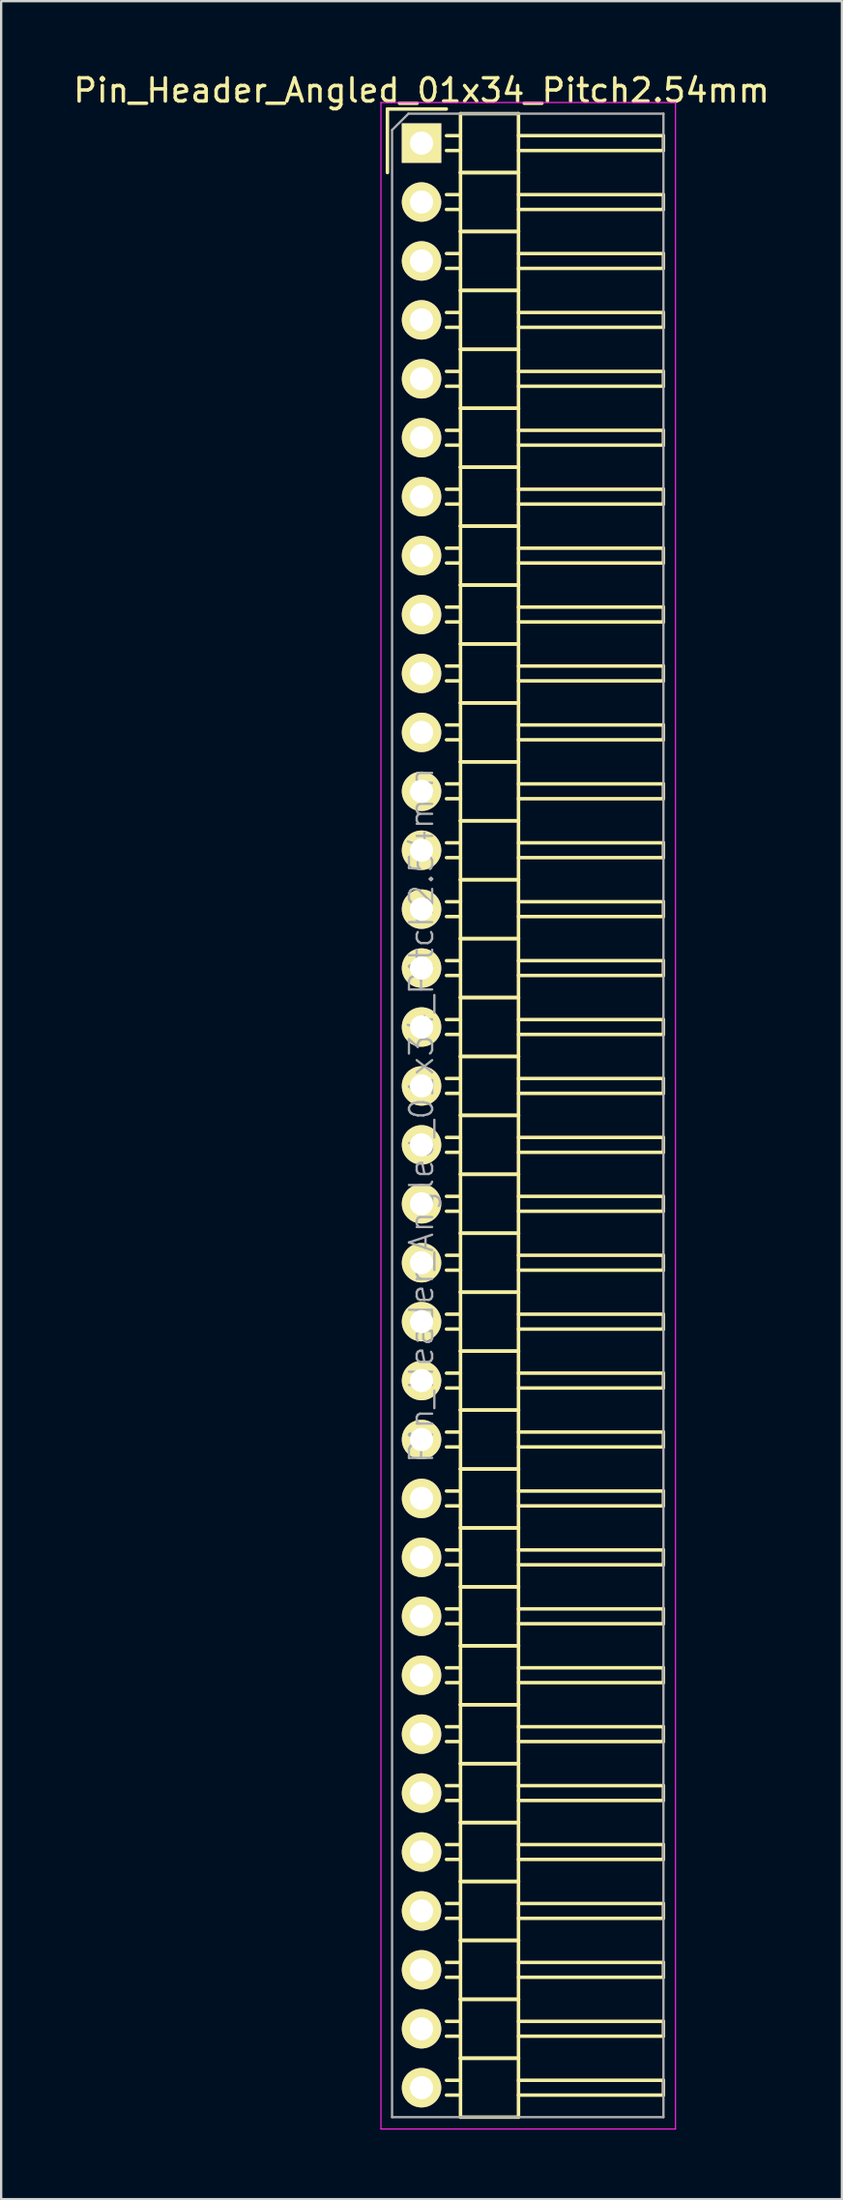
<source format=kicad_pcb>
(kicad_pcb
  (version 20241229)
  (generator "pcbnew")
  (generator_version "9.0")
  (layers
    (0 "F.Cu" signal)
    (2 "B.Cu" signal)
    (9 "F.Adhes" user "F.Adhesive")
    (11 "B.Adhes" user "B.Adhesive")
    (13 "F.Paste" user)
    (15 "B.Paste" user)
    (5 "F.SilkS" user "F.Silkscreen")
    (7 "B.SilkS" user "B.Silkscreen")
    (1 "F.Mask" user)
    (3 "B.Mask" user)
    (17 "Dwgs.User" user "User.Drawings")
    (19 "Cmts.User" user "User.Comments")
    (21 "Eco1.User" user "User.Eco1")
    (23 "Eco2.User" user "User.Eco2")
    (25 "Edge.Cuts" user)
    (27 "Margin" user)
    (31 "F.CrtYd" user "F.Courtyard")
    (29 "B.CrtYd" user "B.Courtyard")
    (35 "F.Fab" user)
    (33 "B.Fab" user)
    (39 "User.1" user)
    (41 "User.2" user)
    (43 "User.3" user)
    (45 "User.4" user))
  (footprint "Pin_Header_Angled_01x34_Pitch2.54mm"
    (layer "F.Cu")
    (at 15.125 3.118)
    (property "Reference" "Pin_Header_Angled_01x34_Pitch2.54mm" (at 0 -2.27 0) (layer "F.SilkS") (effects (font (size 1 1) (thickness 0.15))))
    (attr smd)
    (fp_line (start -1.47 -1.47) (end -1.47 1.27) (stroke (width 0.15) (type solid)) (layer "F.SilkS"))
    (fp_line (start -1.47 -1.47) (end 1.07 -1.47) (stroke (width 0.15) (type solid)) (layer "F.SilkS"))
    (fp_line (start 1.68 -0.32) (end 1.075 -0.32) (stroke (width 0.15) (type solid)) (layer "F.SilkS"))
    (fp_line (start 1.68 0.32) (end 1.075 0.32) (stroke (width 0.15) (type solid)) (layer "F.SilkS"))
    (fp_line (start 1.68 1.27) (end 1.68 -1.27) (stroke (width 0.15) (type solid)) (layer "F.SilkS"))
    (fp_line (start 1.68 2.22) (end 1.075 2.22) (stroke (width 0.15) (type solid)) (layer "F.SilkS"))
    (fp_line (start 1.68 2.86) (end 1.075 2.86) (stroke (width 0.15) (type solid)) (layer "F.SilkS"))
    (fp_line (start 1.68 3.81) (end 1.68 1.27) (stroke (width 0.15) (type solid)) (layer "F.SilkS"))
    (fp_line (start 1.68 4.76) (end 1.075 4.76) (stroke (width 0.15) (type solid)) (layer "F.SilkS"))
    (fp_line (start 1.68 5.4) (end 1.075 5.4) (stroke (width 0.15) (type solid)) (layer "F.SilkS"))
    (fp_line (start 1.68 6.35) (end 1.68 3.81) (stroke (width 0.15) (type solid)) (layer "F.SilkS"))
    (fp_line (start 1.68 7.3) (end 1.075 7.3) (stroke (width 0.15) (type solid)) (layer "F.SilkS"))
    (fp_line (start 1.68 7.94) (end 1.075 7.94) (stroke (width 0.15) (type solid)) (layer "F.SilkS"))
    (fp_line (start 1.68 8.89) (end 1.68 6.35) (stroke (width 0.15) (type solid)) (layer "F.SilkS"))
    (fp_line (start 1.68 9.84) (end 1.075 9.84) (stroke (width 0.15) (type solid)) (layer "F.SilkS"))
    (fp_line (start 1.68 10.48) (end 1.075 10.48) (stroke (width 0.15) (type solid)) (layer "F.SilkS"))
    (fp_line (start 1.68 11.43) (end 1.68 8.89) (stroke (width 0.15) (type solid)) (layer "F.SilkS"))
    (fp_line (start 1.68 12.38) (end 1.075 12.38) (stroke (width 0.15) (type solid)) (layer "F.SilkS"))
    (fp_line (start 1.68 13.02) (end 1.075 13.02) (stroke (width 0.15) (type solid)) (layer "F.SilkS"))
    (fp_line (start 1.68 13.97) (end 1.68 11.43) (stroke (width 0.15) (type solid)) (layer "F.SilkS"))
    (fp_line (start 1.68 14.92) (end 1.075 14.92) (stroke (width 0.15) (type solid)) (layer "F.SilkS"))
    (fp_line (start 1.68 15.56) (end 1.075 15.56) (stroke (width 0.15) (type solid)) (layer "F.SilkS"))
    (fp_line (start 1.68 16.51) (end 1.68 13.97) (stroke (width 0.15) (type solid)) (layer "F.SilkS"))
    (fp_line (start 1.68 17.46) (end 1.075 17.46) (stroke (width 0.15) (type solid)) (layer "F.SilkS"))
    (fp_line (start 1.68 18.1) (end 1.075 18.1) (stroke (width 0.15) (type solid)) (layer "F.SilkS"))
    (fp_line (start 1.68 19.05) (end 1.68 16.51) (stroke (width 0.15) (type solid)) (layer "F.SilkS"))
    (fp_line (start 1.68 20) (end 1.075 20) (stroke (width 0.15) (type solid)) (layer "F.SilkS"))
    (fp_line (start 1.68 20.64) (end 1.075 20.64) (stroke (width 0.15) (type solid)) (layer "F.SilkS"))
    (fp_line (start 1.68 21.59) (end 1.68 19.05) (stroke (width 0.15) (type solid)) (layer "F.SilkS"))
    (fp_line (start 1.68 22.54) (end 1.075 22.54) (stroke (width 0.15) (type solid)) (layer "F.SilkS"))
    (fp_line (start 1.68 23.18) (end 1.075 23.18) (stroke (width 0.15) (type solid)) (layer "F.SilkS"))
    (fp_line (start 1.68 24.13) (end 1.68 21.59) (stroke (width 0.15) (type solid)) (layer "F.SilkS"))
    (fp_line (start 1.68 25.08) (end 1.075 25.08) (stroke (width 0.15) (type solid)) (layer "F.SilkS"))
    (fp_line (start 1.68 25.72) (end 1.075 25.72) (stroke (width 0.15) (type solid)) (layer "F.SilkS"))
    (fp_line (start 1.68 26.67) (end 1.68 24.13) (stroke (width 0.15) (type solid)) (layer "F.SilkS"))
    (fp_line (start 1.68 27.62) (end 1.075 27.62) (stroke (width 0.15) (type solid)) (layer "F.SilkS"))
    (fp_line (start 1.68 28.26) (end 1.075 28.26) (stroke (width 0.15) (type solid)) (layer "F.SilkS"))
    (fp_line (start 1.68 29.21) (end 1.68 26.67) (stroke (width 0.15) (type solid)) (layer "F.SilkS"))
    (fp_line (start 1.68 30.16) (end 1.075 30.16) (stroke (width 0.15) (type solid)) (layer "F.SilkS"))
    (fp_line (start 1.68 30.8) (end 1.075 30.8) (stroke (width 0.15) (type solid)) (layer "F.SilkS"))
    (fp_line (start 1.68 31.75) (end 1.68 29.21) (stroke (width 0.15) (type solid)) (layer "F.SilkS"))
    (fp_line (start 1.68 32.7) (end 1.075 32.7) (stroke (width 0.15) (type solid)) (layer "F.SilkS"))
    (fp_line (start 1.68 33.34) (end 1.075 33.34) (stroke (width 0.15) (type solid)) (layer "F.SilkS"))
    (fp_line (start 1.68 34.29) (end 1.68 31.75) (stroke (width 0.15) (type solid)) (layer "F.SilkS"))
    (fp_line (start 1.68 35.24) (end 1.075 35.24) (stroke (width 0.15) (type solid)) (layer "F.SilkS"))
    (fp_line (start 1.68 35.88) (end 1.075 35.88) (stroke (width 0.15) (type solid)) (layer "F.SilkS"))
    (fp_line (start 1.68 36.83) (end 1.68 34.29) (stroke (width 0.15) (type solid)) (layer "F.SilkS"))
    (fp_line (start 1.68 37.78) (end 1.075 37.78) (stroke (width 0.15) (type solid)) (layer "F.SilkS"))
    (fp_line (start 1.68 38.42) (end 1.075 38.42) (stroke (width 0.15) (type solid)) (layer "F.SilkS"))
    (fp_line (start 1.68 39.37) (end 1.68 36.83) (stroke (width 0.15) (type solid)) (layer "F.SilkS"))
    (fp_line (start 1.68 40.32) (end 1.075 40.32) (stroke (width 0.15) (type solid)) (layer "F.SilkS"))
    (fp_line (start 1.68 40.96) (end 1.075 40.96) (stroke (width 0.15) (type solid)) (layer "F.SilkS"))
    (fp_line (start 1.68 41.91) (end 1.68 39.37) (stroke (width 0.15) (type solid)) (layer "F.SilkS"))
    (fp_line (start 1.68 42.86) (end 1.075 42.86) (stroke (width 0.15) (type solid)) (layer "F.SilkS"))
    (fp_line (start 1.68 43.5) (end 1.075 43.5) (stroke (width 0.15) (type solid)) (layer "F.SilkS"))
    (fp_line (start 1.68 44.45) (end 1.68 41.91) (stroke (width 0.15) (type solid)) (layer "F.SilkS"))
    (fp_line (start 1.68 45.4) (end 1.075 45.4) (stroke (width 0.15) (type solid)) (layer "F.SilkS"))
    (fp_line (start 1.68 46.04) (end 1.075 46.04) (stroke (width 0.15) (type solid)) (layer "F.SilkS"))
    (fp_line (start 1.68 46.99) (end 1.68 44.45) (stroke (width 0.15) (type solid)) (layer "F.SilkS"))
    (fp_line (start 1.68 47.94) (end 1.075 47.94) (stroke (width 0.15) (type solid)) (layer "F.SilkS"))
    (fp_line (start 1.68 48.58) (end 1.075 48.58) (stroke (width 0.15) (type solid)) (layer "F.SilkS"))
    (fp_line (start 1.68 49.53) (end 1.68 46.99) (stroke (width 0.15) (type solid)) (layer "F.SilkS"))
    (fp_line (start 1.68 50.48) (end 1.075 50.48) (stroke (width 0.15) (type solid)) (layer "F.SilkS"))
    (fp_line (start 1.68 51.12) (end 1.075 51.12) (stroke (width 0.15) (type solid)) (layer "F.SilkS"))
    (fp_line (start 1.68 52.07) (end 1.68 49.53) (stroke (width 0.15) (type solid)) (layer "F.SilkS"))
    (fp_line (start 1.68 53.02) (end 1.075 53.02) (stroke (width 0.15) (type solid)) (layer "F.SilkS"))
    (fp_line (start 1.68 53.66) (end 1.075 53.66) (stroke (width 0.15) (type solid)) (layer "F.SilkS"))
    (fp_line (start 1.68 54.61) (end 1.68 52.07) (stroke (width 0.15) (type solid)) (layer "F.SilkS"))
    (fp_line (start 1.68 55.56) (end 1.075 55.56) (stroke (width 0.15) (type solid)) (layer "F.SilkS"))
    (fp_line (start 1.68 56.2) (end 1.075 56.2) (stroke (width 0.15) (type solid)) (layer "F.SilkS"))
    (fp_line (start 1.68 57.15) (end 1.68 54.61) (stroke (width 0.15) (type solid)) (layer "F.SilkS"))
    (fp_line (start 1.68 58.1) (end 1.075 58.1) (stroke (width 0.15) (type solid)) (layer "F.SilkS"))
    (fp_line (start 1.68 58.74) (end 1.075 58.74) (stroke (width 0.15) (type solid)) (layer "F.SilkS"))
    (fp_line (start 1.68 59.69) (end 1.68 57.15) (stroke (width 0.15) (type solid)) (layer "F.SilkS"))
    (fp_line (start 1.68 60.64) (end 1.075 60.64) (stroke (width 0.15) (type solid)) (layer "F.SilkS"))
    (fp_line (start 1.68 61.28) (end 1.075 61.28) (stroke (width 0.15) (type solid)) (layer "F.SilkS"))
    (fp_line (start 1.68 62.23) (end 1.68 59.69) (stroke (width 0.15) (type solid)) (layer "F.SilkS"))
    (fp_line (start 1.68 63.18) (end 1.075 63.18) (stroke (width 0.15) (type solid)) (layer "F.SilkS"))
    (fp_line (start 1.68 63.82) (end 1.075 63.82) (stroke (width 0.15) (type solid)) (layer "F.SilkS"))
    (fp_line (start 1.68 64.77) (end 1.68 62.23) (stroke (width 0.15) (type solid)) (layer "F.SilkS"))
    (fp_line (start 1.68 65.72) (end 1.075 65.72) (stroke (width 0.15) (type solid)) (layer "F.SilkS"))
    (fp_line (start 1.68 66.36) (end 1.075 66.36) (stroke (width 0.15) (type solid)) (layer "F.SilkS"))
    (fp_line (start 1.68 67.31) (end 1.68 64.77) (stroke (width 0.15) (type solid)) (layer "F.SilkS"))
    (fp_line (start 1.68 68.26) (end 1.075 68.26) (stroke (width 0.15) (type solid)) (layer "F.SilkS"))
    (fp_line (start 1.68 68.9) (end 1.075 68.9) (stroke (width 0.15) (type solid)) (layer "F.SilkS"))
    (fp_line (start 1.68 69.85) (end 1.68 67.31) (stroke (width 0.15) (type solid)) (layer "F.SilkS"))
    (fp_line (start 1.68 70.8) (end 1.075 70.8) (stroke (width 0.15) (type solid)) (layer "F.SilkS"))
    (fp_line (start 1.68 71.44) (end 1.075 71.44) (stroke (width 0.15) (type solid)) (layer "F.SilkS"))
    (fp_line (start 1.68 72.39) (end 1.68 69.85) (stroke (width 0.15) (type solid)) (layer "F.SilkS"))
    (fp_line (start 1.68 73.34) (end 1.075 73.34) (stroke (width 0.15) (type solid)) (layer "F.SilkS"))
    (fp_line (start 1.68 73.98) (end 1.075 73.98) (stroke (width 0.15) (type solid)) (layer "F.SilkS"))
    (fp_line (start 1.68 74.93) (end 1.68 72.39) (stroke (width 0.15) (type solid)) (layer "F.SilkS"))
    (fp_line (start 1.68 75.88) (end 1.075 75.88) (stroke (width 0.15) (type solid)) (layer "F.SilkS"))
    (fp_line (start 1.68 76.52) (end 1.075 76.52) (stroke (width 0.15) (type solid)) (layer "F.SilkS"))
    (fp_line (start 1.68 77.47) (end 1.68 74.93) (stroke (width 0.15) (type solid)) (layer "F.SilkS"))
    (fp_line (start 1.68 78.42) (end 1.075 78.42) (stroke (width 0.15) (type solid)) (layer "F.SilkS"))
    (fp_line (start 1.68 79.06) (end 1.075 79.06) (stroke (width 0.15) (type solid)) (layer "F.SilkS"))
    (fp_line (start 1.68 80.01) (end 1.68 77.47) (stroke (width 0.15) (type solid)) (layer "F.SilkS"))
    (fp_line (start 1.68 80.96) (end 1.075 80.96) (stroke (width 0.15) (type solid)) (layer "F.SilkS"))
    (fp_line (start 1.68 81.6) (end 1.075 81.6) (stroke (width 0.15) (type solid)) (layer "F.SilkS"))
    (fp_line (start 1.68 82.55) (end 1.68 80.01) (stroke (width 0.15) (type solid)) (layer "F.SilkS"))
    (fp_line (start 1.68 83.5) (end 1.075 83.5) (stroke (width 0.15) (type solid)) (layer "F.SilkS"))
    (fp_line (start 1.68 84.14) (end 1.075 84.14) (stroke (width 0.15) (type solid)) (layer "F.SilkS"))
    (fp_line (start 1.68 85.09) (end 1.68 82.55) (stroke (width 0.15) (type solid)) (layer "F.SilkS"))
    (fp_line (start 4.18 -1.27) (end 1.68 -1.27) (stroke (width 0.15) (type solid)) (layer "F.SilkS"))
    (fp_line (start 4.18 -0.32) (end 10.43 -0.32) (stroke (width 0.15) (type solid)) (layer "F.SilkS"))
    (fp_line (start 4.18 0.32) (end 10.43 0.32) (stroke (width 0.15) (type solid)) (layer "F.SilkS"))
    (fp_line (start 4.18 1.27) (end 1.68 1.27) (stroke (width 0.15) (type solid)) (layer "F.SilkS"))
    (fp_line (start 4.18 1.27) (end 1.68 1.27) (stroke (width 0.15) (type solid)) (layer "F.SilkS"))
    (fp_line (start 4.18 1.27) (end 4.18 -1.27) (stroke (width 0.15) (type solid)) (layer "F.SilkS"))
    (fp_line (start 4.18 2.22) (end 10.43 2.22) (stroke (width 0.15) (type solid)) (layer "F.SilkS"))
    (fp_line (start 4.18 2.86) (end 10.43 2.86) (stroke (width 0.15) (type solid)) (layer "F.SilkS"))
    (fp_line (start 4.18 3.81) (end 1.68 3.81) (stroke (width 0.15) (type solid)) (layer "F.SilkS"))
    (fp_line (start 4.18 3.81) (end 1.68 3.81) (stroke (width 0.15) (type solid)) (layer "F.SilkS"))
    (fp_line (start 4.18 3.81) (end 4.18 1.27) (stroke (width 0.15) (type solid)) (layer "F.SilkS"))
    (fp_line (start 4.18 4.76) (end 10.43 4.76) (stroke (width 0.15) (type solid)) (layer "F.SilkS"))
    (fp_line (start 4.18 5.4) (end 10.43 5.4) (stroke (width 0.15) (type solid)) (layer "F.SilkS"))
    (fp_line (start 4.18 6.35) (end 1.68 6.35) (stroke (width 0.15) (type solid)) (layer "F.SilkS"))
    (fp_line (start 4.18 6.35) (end 1.68 6.35) (stroke (width 0.15) (type solid)) (layer "F.SilkS"))
    (fp_line (start 4.18 6.35) (end 4.18 3.81) (stroke (width 0.15) (type solid)) (layer "F.SilkS"))
    (fp_line (start 4.18 7.3) (end 10.43 7.3) (stroke (width 0.15) (type solid)) (layer "F.SilkS"))
    (fp_line (start 4.18 7.94) (end 10.43 7.94) (stroke (width 0.15) (type solid)) (layer "F.SilkS"))
    (fp_line (start 4.18 8.89) (end 1.68 8.89) (stroke (width 0.15) (type solid)) (layer "F.SilkS"))
    (fp_line (start 4.18 8.89) (end 1.68 8.89) (stroke (width 0.15) (type solid)) (layer "F.SilkS"))
    (fp_line (start 4.18 8.89) (end 4.18 6.35) (stroke (width 0.15) (type solid)) (layer "F.SilkS"))
    (fp_line (start 4.18 9.84) (end 10.43 9.84) (stroke (width 0.15) (type solid)) (layer "F.SilkS"))
    (fp_line (start 4.18 10.48) (end 10.43 10.48) (stroke (width 0.15) (type solid)) (layer "F.SilkS"))
    (fp_line (start 4.18 11.43) (end 1.68 11.43) (stroke (width 0.15) (type solid)) (layer "F.SilkS"))
    (fp_line (start 4.18 11.43) (end 1.68 11.43) (stroke (width 0.15) (type solid)) (layer "F.SilkS"))
    (fp_line (start 4.18 11.43) (end 4.18 8.89) (stroke (width 0.15) (type solid)) (layer "F.SilkS"))
    (fp_line (start 4.18 12.38) (end 10.43 12.38) (stroke (width 0.15) (type solid)) (layer "F.SilkS"))
    (fp_line (start 4.18 13.02) (end 10.43 13.02) (stroke (width 0.15) (type solid)) (layer "F.SilkS"))
    (fp_line (start 4.18 13.97) (end 1.68 13.97) (stroke (width 0.15) (type solid)) (layer "F.SilkS"))
    (fp_line (start 4.18 13.97) (end 1.68 13.97) (stroke (width 0.15) (type solid)) (layer "F.SilkS"))
    (fp_line (start 4.18 13.97) (end 4.18 11.43) (stroke (width 0.15) (type solid)) (layer "F.SilkS"))
    (fp_line (start 4.18 14.92) (end 10.43 14.92) (stroke (width 0.15) (type solid)) (layer "F.SilkS"))
    (fp_line (start 4.18 15.56) (end 10.43 15.56) (stroke (width 0.15) (type solid)) (layer "F.SilkS"))
    (fp_line (start 4.18 16.51) (end 1.68 16.51) (stroke (width 0.15) (type solid)) (layer "F.SilkS"))
    (fp_line (start 4.18 16.51) (end 1.68 16.51) (stroke (width 0.15) (type solid)) (layer "F.SilkS"))
    (fp_line (start 4.18 16.51) (end 4.18 13.97) (stroke (width 0.15) (type solid)) (layer "F.SilkS"))
    (fp_line (start 4.18 17.46) (end 10.43 17.46) (stroke (width 0.15) (type solid)) (layer "F.SilkS"))
    (fp_line (start 4.18 18.1) (end 10.43 18.1) (stroke (width 0.15) (type solid)) (layer "F.SilkS"))
    (fp_line (start 4.18 19.05) (end 1.68 19.05) (stroke (width 0.15) (type solid)) (layer "F.SilkS"))
    (fp_line (start 4.18 19.05) (end 1.68 19.05) (stroke (width 0.15) (type solid)) (layer "F.SilkS"))
    (fp_line (start 4.18 19.05) (end 4.18 16.51) (stroke (width 0.15) (type solid)) (layer "F.SilkS"))
    (fp_line (start 4.18 20) (end 10.43 20) (stroke (width 0.15) (type solid)) (layer "F.SilkS"))
    (fp_line (start 4.18 20.64) (end 10.43 20.64) (stroke (width 0.15) (type solid)) (layer "F.SilkS"))
    (fp_line (start 4.18 21.59) (end 1.68 21.59) (stroke (width 0.15) (type solid)) (layer "F.SilkS"))
    (fp_line (start 4.18 21.59) (end 1.68 21.59) (stroke (width 0.15) (type solid)) (layer "F.SilkS"))
    (fp_line (start 4.18 21.59) (end 4.18 19.05) (stroke (width 0.15) (type solid)) (layer "F.SilkS"))
    (fp_line (start 4.18 22.54) (end 10.43 22.54) (stroke (width 0.15) (type solid)) (layer "F.SilkS"))
    (fp_line (start 4.18 23.18) (end 10.43 23.18) (stroke (width 0.15) (type solid)) (layer "F.SilkS"))
    (fp_line (start 4.18 24.13) (end 1.68 24.13) (stroke (width 0.15) (type solid)) (layer "F.SilkS"))
    (fp_line (start 4.18 24.13) (end 1.68 24.13) (stroke (width 0.15) (type solid)) (layer "F.SilkS"))
    (fp_line (start 4.18 24.13) (end 4.18 21.59) (stroke (width 0.15) (type solid)) (layer "F.SilkS"))
    (fp_line (start 4.18 25.08) (end 10.43 25.08) (stroke (width 0.15) (type solid)) (layer "F.SilkS"))
    (fp_line (start 4.18 25.72) (end 10.43 25.72) (stroke (width 0.15) (type solid)) (layer "F.SilkS"))
    (fp_line (start 4.18 26.67) (end 1.68 26.67) (stroke (width 0.15) (type solid)) (layer "F.SilkS"))
    (fp_line (start 4.18 26.67) (end 1.68 26.67) (stroke (width 0.15) (type solid)) (layer "F.SilkS"))
    (fp_line (start 4.18 26.67) (end 4.18 24.13) (stroke (width 0.15) (type solid)) (layer "F.SilkS"))
    (fp_line (start 4.18 27.62) (end 10.43 27.62) (stroke (width 0.15) (type solid)) (layer "F.SilkS"))
    (fp_line (start 4.18 28.26) (end 10.43 28.26) (stroke (width 0.15) (type solid)) (layer "F.SilkS"))
    (fp_line (start 4.18 29.21) (end 1.68 29.21) (stroke (width 0.15) (type solid)) (layer "F.SilkS"))
    (fp_line (start 4.18 29.21) (end 1.68 29.21) (stroke (width 0.15) (type solid)) (layer "F.SilkS"))
    (fp_line (start 4.18 29.21) (end 4.18 26.67) (stroke (width 0.15) (type solid)) (layer "F.SilkS"))
    (fp_line (start 4.18 30.16) (end 10.43 30.16) (stroke (width 0.15) (type solid)) (layer "F.SilkS"))
    (fp_line (start 4.18 30.8) (end 10.43 30.8) (stroke (width 0.15) (type solid)) (layer "F.SilkS"))
    (fp_line (start 4.18 31.75) (end 1.68 31.75) (stroke (width 0.15) (type solid)) (layer "F.SilkS"))
    (fp_line (start 4.18 31.75) (end 1.68 31.75) (stroke (width 0.15) (type solid)) (layer "F.SilkS"))
    (fp_line (start 4.18 31.75) (end 4.18 29.21) (stroke (width 0.15) (type solid)) (layer "F.SilkS"))
    (fp_line (start 4.18 32.7) (end 10.43 32.7) (stroke (width 0.15) (type solid)) (layer "F.SilkS"))
    (fp_line (start 4.18 33.34) (end 10.43 33.34) (stroke (width 0.15) (type solid)) (layer "F.SilkS"))
    (fp_line (start 4.18 34.29) (end 1.68 34.29) (stroke (width 0.15) (type solid)) (layer "F.SilkS"))
    (fp_line (start 4.18 34.29) (end 1.68 34.29) (stroke (width 0.15) (type solid)) (layer "F.SilkS"))
    (fp_line (start 4.18 34.29) (end 4.18 31.75) (stroke (width 0.15) (type solid)) (layer "F.SilkS"))
    (fp_line (start 4.18 35.24) (end 10.43 35.24) (stroke (width 0.15) (type solid)) (layer "F.SilkS"))
    (fp_line (start 4.18 35.88) (end 10.43 35.88) (stroke (width 0.15) (type solid)) (layer "F.SilkS"))
    (fp_line (start 4.18 36.83) (end 1.68 36.83) (stroke (width 0.15) (type solid)) (layer "F.SilkS"))
    (fp_line (start 4.18 36.83) (end 1.68 36.83) (stroke (width 0.15) (type solid)) (layer "F.SilkS"))
    (fp_line (start 4.18 36.83) (end 4.18 34.29) (stroke (width 0.15) (type solid)) (layer "F.SilkS"))
    (fp_line (start 4.18 37.78) (end 10.43 37.78) (stroke (width 0.15) (type solid)) (layer "F.SilkS"))
    (fp_line (start 4.18 38.42) (end 10.43 38.42) (stroke (width 0.15) (type solid)) (layer "F.SilkS"))
    (fp_line (start 4.18 39.37) (end 1.68 39.37) (stroke (width 0.15) (type solid)) (layer "F.SilkS"))
    (fp_line (start 4.18 39.37) (end 1.68 39.37) (stroke (width 0.15) (type solid)) (layer "F.SilkS"))
    (fp_line (start 4.18 39.37) (end 4.18 36.83) (stroke (width 0.15) (type solid)) (layer "F.SilkS"))
    (fp_line (start 4.18 40.32) (end 10.43 40.32) (stroke (width 0.15) (type solid)) (layer "F.SilkS"))
    (fp_line (start 4.18 40.96) (end 10.43 40.96) (stroke (width 0.15) (type solid)) (layer "F.SilkS"))
    (fp_line (start 4.18 41.91) (end 1.68 41.91) (stroke (width 0.15) (type solid)) (layer "F.SilkS"))
    (fp_line (start 4.18 41.91) (end 1.68 41.91) (stroke (width 0.15) (type solid)) (layer "F.SilkS"))
    (fp_line (start 4.18 41.91) (end 4.18 39.37) (stroke (width 0.15) (type solid)) (layer "F.SilkS"))
    (fp_line (start 4.18 42.86) (end 10.43 42.86) (stroke (width 0.15) (type solid)) (layer "F.SilkS"))
    (fp_line (start 4.18 43.5) (end 10.43 43.5) (stroke (width 0.15) (type solid)) (layer "F.SilkS"))
    (fp_line (start 4.18 44.45) (end 1.68 44.45) (stroke (width 0.15) (type solid)) (layer "F.SilkS"))
    (fp_line (start 4.18 44.45) (end 1.68 44.45) (stroke (width 0.15) (type solid)) (layer "F.SilkS"))
    (fp_line (start 4.18 44.45) (end 4.18 41.91) (stroke (width 0.15) (type solid)) (layer "F.SilkS"))
    (fp_line (start 4.18 45.4) (end 10.43 45.4) (stroke (width 0.15) (type solid)) (layer "F.SilkS"))
    (fp_line (start 4.18 46.04) (end 10.43 46.04) (stroke (width 0.15) (type solid)) (layer "F.SilkS"))
    (fp_line (start 4.18 46.99) (end 1.68 46.99) (stroke (width 0.15) (type solid)) (layer "F.SilkS"))
    (fp_line (start 4.18 46.99) (end 1.68 46.99) (stroke (width 0.15) (type solid)) (layer "F.SilkS"))
    (fp_line (start 4.18 46.99) (end 4.18 44.45) (stroke (width 0.15) (type solid)) (layer "F.SilkS"))
    (fp_line (start 4.18 47.94) (end 10.43 47.94) (stroke (width 0.15) (type solid)) (layer "F.SilkS"))
    (fp_line (start 4.18 48.58) (end 10.43 48.58) (stroke (width 0.15) (type solid)) (layer "F.SilkS"))
    (fp_line (start 4.18 49.53) (end 1.68 49.53) (stroke (width 0.15) (type solid)) (layer "F.SilkS"))
    (fp_line (start 4.18 49.53) (end 1.68 49.53) (stroke (width 0.15) (type solid)) (layer "F.SilkS"))
    (fp_line (start 4.18 49.53) (end 4.18 46.99) (stroke (width 0.15) (type solid)) (layer "F.SilkS"))
    (fp_line (start 4.18 50.48) (end 10.43 50.48) (stroke (width 0.15) (type solid)) (layer "F.SilkS"))
    (fp_line (start 4.18 51.12) (end 10.43 51.12) (stroke (width 0.15) (type solid)) (layer "F.SilkS"))
    (fp_line (start 4.18 52.07) (end 1.68 52.07) (stroke (width 0.15) (type solid)) (layer "F.SilkS"))
    (fp_line (start 4.18 52.07) (end 1.68 52.07) (stroke (width 0.15) (type solid)) (layer "F.SilkS"))
    (fp_line (start 4.18 52.07) (end 4.18 49.53) (stroke (width 0.15) (type solid)) (layer "F.SilkS"))
    (fp_line (start 4.18 53.02) (end 10.43 53.02) (stroke (width 0.15) (type solid)) (layer "F.SilkS"))
    (fp_line (start 4.18 53.66) (end 10.43 53.66) (stroke (width 0.15) (type solid)) (layer "F.SilkS"))
    (fp_line (start 4.18 54.61) (end 1.68 54.61) (stroke (width 0.15) (type solid)) (layer "F.SilkS"))
    (fp_line (start 4.18 54.61) (end 1.68 54.61) (stroke (width 0.15) (type solid)) (layer "F.SilkS"))
    (fp_line (start 4.18 54.61) (end 4.18 52.07) (stroke (width 0.15) (type solid)) (layer "F.SilkS"))
    (fp_line (start 4.18 55.56) (end 10.43 55.56) (stroke (width 0.15) (type solid)) (layer "F.SilkS"))
    (fp_line (start 4.18 56.2) (end 10.43 56.2) (stroke (width 0.15) (type solid)) (layer "F.SilkS"))
    (fp_line (start 4.18 57.15) (end 1.68 57.15) (stroke (width 0.15) (type solid)) (layer "F.SilkS"))
    (fp_line (start 4.18 57.15) (end 1.68 57.15) (stroke (width 0.15) (type solid)) (layer "F.SilkS"))
    (fp_line (start 4.18 57.15) (end 4.18 54.61) (stroke (width 0.15) (type solid)) (layer "F.SilkS"))
    (fp_line (start 4.18 58.1) (end 10.43 58.1) (stroke (width 0.15) (type solid)) (layer "F.SilkS"))
    (fp_line (start 4.18 58.74) (end 10.43 58.74) (stroke (width 0.15) (type solid)) (layer "F.SilkS"))
    (fp_line (start 4.18 59.69) (end 1.68 59.69) (stroke (width 0.15) (type solid)) (layer "F.SilkS"))
    (fp_line (start 4.18 59.69) (end 1.68 59.69) (stroke (width 0.15) (type solid)) (layer "F.SilkS"))
    (fp_line (start 4.18 59.69) (end 4.18 57.15) (stroke (width 0.15) (type solid)) (layer "F.SilkS"))
    (fp_line (start 4.18 60.64) (end 10.43 60.64) (stroke (width 0.15) (type solid)) (layer "F.SilkS"))
    (fp_line (start 4.18 61.28) (end 10.43 61.28) (stroke (width 0.15) (type solid)) (layer "F.SilkS"))
    (fp_line (start 4.18 62.23) (end 1.68 62.23) (stroke (width 0.15) (type solid)) (layer "F.SilkS"))
    (fp_line (start 4.18 62.23) (end 1.68 62.23) (stroke (width 0.15) (type solid)) (layer "F.SilkS"))
    (fp_line (start 4.18 62.23) (end 4.18 59.69) (stroke (width 0.15) (type solid)) (layer "F.SilkS"))
    (fp_line (start 4.18 63.18) (end 10.43 63.18) (stroke (width 0.15) (type solid)) (layer "F.SilkS"))
    (fp_line (start 4.18 63.82) (end 10.43 63.82) (stroke (width 0.15) (type solid)) (layer "F.SilkS"))
    (fp_line (start 4.18 64.77) (end 1.68 64.77) (stroke (width 0.15) (type solid)) (layer "F.SilkS"))
    (fp_line (start 4.18 64.77) (end 1.68 64.77) (stroke (width 0.15) (type solid)) (layer "F.SilkS"))
    (fp_line (start 4.18 64.77) (end 4.18 62.23) (stroke (width 0.15) (type solid)) (layer "F.SilkS"))
    (fp_line (start 4.18 65.72) (end 10.43 65.72) (stroke (width 0.15) (type solid)) (layer "F.SilkS"))
    (fp_line (start 4.18 66.36) (end 10.43 66.36) (stroke (width 0.15) (type solid)) (layer "F.SilkS"))
    (fp_line (start 4.18 67.31) (end 1.68 67.31) (stroke (width 0.15) (type solid)) (layer "F.SilkS"))
    (fp_line (start 4.18 67.31) (end 1.68 67.31) (stroke (width 0.15) (type solid)) (layer "F.SilkS"))
    (fp_line (start 4.18 67.31) (end 4.18 64.77) (stroke (width 0.15) (type solid)) (layer "F.SilkS"))
    (fp_line (start 4.18 68.26) (end 10.43 68.26) (stroke (width 0.15) (type solid)) (layer "F.SilkS"))
    (fp_line (start 4.18 68.9) (end 10.43 68.9) (stroke (width 0.15) (type solid)) (layer "F.SilkS"))
    (fp_line (start 4.18 69.85) (end 1.68 69.85) (stroke (width 0.15) (type solid)) (layer "F.SilkS"))
    (fp_line (start 4.18 69.85) (end 1.68 69.85) (stroke (width 0.15) (type solid)) (layer "F.SilkS"))
    (fp_line (start 4.18 69.85) (end 4.18 67.31) (stroke (width 0.15) (type solid)) (layer "F.SilkS"))
    (fp_line (start 4.18 70.8) (end 10.43 70.8) (stroke (width 0.15) (type solid)) (layer "F.SilkS"))
    (fp_line (start 4.18 71.44) (end 10.43 71.44) (stroke (width 0.15) (type solid)) (layer "F.SilkS"))
    (fp_line (start 4.18 72.39) (end 1.68 72.39) (stroke (width 0.15) (type solid)) (layer "F.SilkS"))
    (fp_line (start 4.18 72.39) (end 1.68 72.39) (stroke (width 0.15) (type solid)) (layer "F.SilkS"))
    (fp_line (start 4.18 72.39) (end 4.18 69.85) (stroke (width 0.15) (type solid)) (layer "F.SilkS"))
    (fp_line (start 4.18 73.34) (end 10.43 73.34) (stroke (width 0.15) (type solid)) (layer "F.SilkS"))
    (fp_line (start 4.18 73.98) (end 10.43 73.98) (stroke (width 0.15) (type solid)) (layer "F.SilkS"))
    (fp_line (start 4.18 74.93) (end 1.68 74.93) (stroke (width 0.15) (type solid)) (layer "F.SilkS"))
    (fp_line (start 4.18 74.93) (end 1.68 74.93) (stroke (width 0.15) (type solid)) (layer "F.SilkS"))
    (fp_line (start 4.18 74.93) (end 4.18 72.39) (stroke (width 0.15) (type solid)) (layer "F.SilkS"))
    (fp_line (start 4.18 75.88) (end 10.43 75.88) (stroke (width 0.15) (type solid)) (layer "F.SilkS"))
    (fp_line (start 4.18 76.52) (end 10.43 76.52) (stroke (width 0.15) (type solid)) (layer "F.SilkS"))
    (fp_line (start 4.18 77.47) (end 1.68 77.47) (stroke (width 0.15) (type solid)) (layer "F.SilkS"))
    (fp_line (start 4.18 77.47) (end 1.68 77.47) (stroke (width 0.15) (type solid)) (layer "F.SilkS"))
    (fp_line (start 4.18 77.47) (end 4.18 74.93) (stroke (width 0.15) (type solid)) (layer "F.SilkS"))
    (fp_line (start 4.18 78.42) (end 10.43 78.42) (stroke (width 0.15) (type solid)) (layer "F.SilkS"))
    (fp_line (start 4.18 79.06) (end 10.43 79.06) (stroke (width 0.15) (type solid)) (layer "F.SilkS"))
    (fp_line (start 4.18 80.01) (end 1.68 80.01) (stroke (width 0.15) (type solid)) (layer "F.SilkS"))
    (fp_line (start 4.18 80.01) (end 1.68 80.01) (stroke (width 0.15) (type solid)) (layer "F.SilkS"))
    (fp_line (start 4.18 80.01) (end 4.18 77.47) (stroke (width 0.15) (type solid)) (layer "F.SilkS"))
    (fp_line (start 4.18 80.96) (end 10.43 80.96) (stroke (width 0.15) (type solid)) (layer "F.SilkS"))
    (fp_line (start 4.18 81.6) (end 10.43 81.6) (stroke (width 0.15) (type solid)) (layer "F.SilkS"))
    (fp_line (start 4.18 82.55) (end 1.68 82.55) (stroke (width 0.15) (type solid)) (layer "F.SilkS"))
    (fp_line (start 4.18 82.55) (end 1.68 82.55) (stroke (width 0.15) (type solid)) (layer "F.SilkS"))
    (fp_line (start 4.18 82.55) (end 4.18 80.01) (stroke (width 0.15) (type solid)) (layer "F.SilkS"))
    (fp_line (start 4.18 83.5) (end 10.43 83.5) (stroke (width 0.15) (type solid)) (layer "F.SilkS"))
    (fp_line (start 4.18 84.14) (end 10.43 84.14) (stroke (width 0.15) (type solid)) (layer "F.SilkS"))
    (fp_line (start 4.18 85.09) (end 1.68 85.09) (stroke (width 0.15) (type solid)) (layer "F.SilkS"))
    (fp_line (start 4.18 85.09) (end 4.18 82.55) (stroke (width 0.15) (type solid)) (layer "F.SilkS"))
    (fp_line (start 10.43 0.32) (end 10.43 -0.32) (stroke (width 0.15) (type solid)) (layer "F.SilkS"))
    (fp_line (start 10.43 2.86) (end 10.43 2.22) (stroke (width 0.15) (type solid)) (layer "F.SilkS"))
    (fp_line (start 10.43 5.4) (end 10.43 4.76) (stroke (width 0.15) (type solid)) (layer "F.SilkS"))
    (fp_line (start 10.43 7.94) (end 10.43 7.3) (stroke (width 0.15) (type solid)) (layer "F.SilkS"))
    (fp_line (start 10.43 10.48) (end 10.43 9.84) (stroke (width 0.15) (type solid)) (layer "F.SilkS"))
    (fp_line (start 10.43 13.02) (end 10.43 12.38) (stroke (width 0.15) (type solid)) (layer "F.SilkS"))
    (fp_line (start 10.43 15.56) (end 10.43 14.92) (stroke (width 0.15) (type solid)) (layer "F.SilkS"))
    (fp_line (start 10.43 18.1) (end 10.43 17.46) (stroke (width 0.15) (type solid)) (layer "F.SilkS"))
    (fp_line (start 10.43 20.64) (end 10.43 20) (stroke (width 0.15) (type solid)) (layer "F.SilkS"))
    (fp_line (start 10.43 23.18) (end 10.43 22.54) (stroke (width 0.15) (type solid)) (layer "F.SilkS"))
    (fp_line (start 10.43 25.72) (end 10.43 25.08) (stroke (width 0.15) (type solid)) (layer "F.SilkS"))
    (fp_line (start 10.43 28.26) (end 10.43 27.62) (stroke (width 0.15) (type solid)) (layer "F.SilkS"))
    (fp_line (start 10.43 30.8) (end 10.43 30.16) (stroke (width 0.15) (type solid)) (layer "F.SilkS"))
    (fp_line (start 10.43 33.34) (end 10.43 32.7) (stroke (width 0.15) (type solid)) (layer "F.SilkS"))
    (fp_line (start 10.43 35.88) (end 10.43 35.24) (stroke (width 0.15) (type solid)) (layer "F.SilkS"))
    (fp_line (start 10.43 38.42) (end 10.43 37.78) (stroke (width 0.15) (type solid)) (layer "F.SilkS"))
    (fp_line (start 10.43 40.96) (end 10.43 40.32) (stroke (width 0.15) (type solid)) (layer "F.SilkS"))
    (fp_line (start 10.43 43.5) (end 10.43 42.86) (stroke (width 0.15) (type solid)) (layer "F.SilkS"))
    (fp_line (start 10.43 46.04) (end 10.43 45.4) (stroke (width 0.15) (type solid)) (layer "F.SilkS"))
    (fp_line (start 10.43 48.58) (end 10.43 47.94) (stroke (width 0.15) (type solid)) (layer "F.SilkS"))
    (fp_line (start 10.43 51.12) (end 10.43 50.48) (stroke (width 0.15) (type solid)) (layer "F.SilkS"))
    (fp_line (start 10.43 53.66) (end 10.43 53.02) (stroke (width 0.15) (type solid)) (layer "F.SilkS"))
    (fp_line (start 10.43 56.2) (end 10.43 55.56) (stroke (width 0.15) (type solid)) (layer "F.SilkS"))
    (fp_line (start 10.43 58.74) (end 10.43 58.1) (stroke (width 0.15) (type solid)) (layer "F.SilkS"))
    (fp_line (start 10.43 61.28) (end 10.43 60.64) (stroke (width 0.15) (type solid)) (layer "F.SilkS"))
    (fp_line (start 10.43 63.82) (end 10.43 63.18) (stroke (width 0.15) (type solid)) (layer "F.SilkS"))
    (fp_line (start 10.43 66.36) (end 10.43 65.72) (stroke (width 0.15) (type solid)) (layer "F.SilkS"))
    (fp_line (start 10.43 68.9) (end 10.43 68.26) (stroke (width 0.15) (type solid)) (layer "F.SilkS"))
    (fp_line (start 10.43 71.44) (end 10.43 70.8) (stroke (width 0.15) (type solid)) (layer "F.SilkS"))
    (fp_line (start 10.43 73.98) (end 10.43 73.34) (stroke (width 0.15) (type solid)) (layer "F.SilkS"))
    (fp_line (start 10.43 76.52) (end 10.43 75.88) (stroke (width 0.15) (type solid)) (layer "F.SilkS"))
    (fp_line (start 10.43 79.06) (end 10.43 78.42) (stroke (width 0.15) (type solid)) (layer "F.SilkS"))
    (fp_line (start 10.43 81.6) (end 10.43 80.96) (stroke (width 0.15) (type solid)) (layer "F.SilkS"))
    (fp_line (start 10.43 84.14) (end 10.43 83.5) (stroke (width 0.15) (type solid)) (layer "F.SilkS"))
    (fp_line (start -1.75 -1.75) (end -1.75 85.6) (stroke (width 0.05) (type solid)) (layer "F.CrtYd"))
    (fp_line (start 10.95 -1.75) (end -1.75 -1.75) (stroke (width 0.05) (type solid)) (layer "F.CrtYd"))
    (fp_line (start 10.95 -1.75) (end 10.95 85.6) (stroke (width 0.05) (type solid)) (layer "F.CrtYd"))
    (fp_line (start 10.95 85.6) (end -1.75 85.6) (stroke (width 0.05) (type solid)) (layer "F.CrtYd"))
    (fp_line (start -1.27 -0.563) (end -0.563 -1.27) (stroke (width 0.1) (type solid)) (layer "F.Fab"))
    (fp_line (start -1.27 85.09) (end -1.27 -0.563) (stroke (width 0.1) (type solid)) (layer "F.Fab"))
    (fp_line (start 10.43 -1.27) (end -0.563 -1.27) (stroke (width 0.1) (type solid)) (layer "F.Fab"))
    (fp_line (start 10.43 85.09) (end -1.27 85.09) (stroke (width 0.1) (type solid)) (layer "F.Fab"))
    (fp_line (start 10.43 85.09) (end 10.43 -1.27) (stroke (width 0.1) (type solid)) (layer "F.Fab"))
    (fp_text user "${REFERENCE}" (at 0 41.91 90) (layer "F.Fab") (effects (font (size 1 1) (thickness 0.1))))
    (pad "1" thru_hole rect (at 0 0) (size 1.7 1.7) (drill 1) (layers "*.Cu" "*.Mask" "F.SilkS"))
    (pad "2" thru_hole oval (at 0 2.54) (size 1.7 1.7) (drill 1) (layers "*.Cu" "*.Mask" "F.SilkS"))
    (pad "3" thru_hole oval (at 0 5.08) (size 1.7 1.7) (drill 1) (layers "*.Cu" "*.Mask" "F.SilkS"))
    (pad "4" thru_hole oval (at 0 7.62) (size 1.7 1.7) (drill 1) (layers "*.Cu" "*.Mask" "F.SilkS"))
    (pad "5" thru_hole oval (at 0 10.16) (size 1.7 1.7) (drill 1) (layers "*.Cu" "*.Mask" "F.SilkS"))
    (pad "6" thru_hole oval (at 0 12.7) (size 1.7 1.7) (drill 1) (layers "*.Cu" "*.Mask" "F.SilkS"))
    (pad "7" thru_hole oval (at 0 15.24) (size 1.7 1.7) (drill 1) (layers "*.Cu" "*.Mask" "F.SilkS"))
    (pad "8" thru_hole oval (at 0 17.78) (size 1.7 1.7) (drill 1) (layers "*.Cu" "*.Mask" "F.SilkS"))
    (pad "9" thru_hole oval (at 0 20.32) (size 1.7 1.7) (drill 1) (layers "*.Cu" "*.Mask" "F.SilkS"))
    (pad "10" thru_hole oval (at 0 22.86) (size 1.7 1.7) (drill 1) (layers "*.Cu" "*.Mask" "F.SilkS"))
    (pad "11" thru_hole oval (at 0 25.4) (size 1.7 1.7) (drill 1) (layers "*.Cu" "*.Mask" "F.SilkS"))
    (pad "12" thru_hole oval (at 0 27.94) (size 1.7 1.7) (drill 1) (layers "*.Cu" "*.Mask" "F.SilkS"))
    (pad "13" thru_hole oval (at 0 30.48) (size 1.7 1.7) (drill 1) (layers "*.Cu" "*.Mask" "F.SilkS"))
    (pad "14" thru_hole oval (at 0 33.02) (size 1.7 1.7) (drill 1) (layers "*.Cu" "*.Mask" "F.SilkS"))
    (pad "15" thru_hole oval (at 0 35.56) (size 1.7 1.7) (drill 1) (layers "*.Cu" "*.Mask" "F.SilkS"))
    (pad "16" thru_hole oval (at 0 38.1) (size 1.7 1.7) (drill 1) (layers "*.Cu" "*.Mask" "F.SilkS"))
    (pad "17" thru_hole oval (at 0 40.64) (size 1.7 1.7) (drill 1) (layers "*.Cu" "*.Mask" "F.SilkS"))
    (pad "18" thru_hole oval (at 0 43.18) (size 1.7 1.7) (drill 1) (layers "*.Cu" "*.Mask" "F.SilkS"))
    (pad "19" thru_hole oval (at 0 45.72) (size 1.7 1.7) (drill 1) (layers "*.Cu" "*.Mask" "F.SilkS"))
    (pad "20" thru_hole oval (at 0 48.26) (size 1.7 1.7) (drill 1) (layers "*.Cu" "*.Mask" "F.SilkS"))
    (pad "21" thru_hole oval (at 0 50.8) (size 1.7 1.7) (drill 1) (layers "*.Cu" "*.Mask" "F.SilkS"))
    (pad "22" thru_hole oval (at 0 53.34) (size 1.7 1.7) (drill 1) (layers "*.Cu" "*.Mask" "F.SilkS"))
    (pad "23" thru_hole oval (at 0 55.88) (size 1.7 1.7) (drill 1) (layers "*.Cu" "*.Mask" "F.SilkS"))
    (pad "24" thru_hole oval (at 0 58.42) (size 1.7 1.7) (drill 1) (layers "*.Cu" "*.Mask" "F.SilkS"))
    (pad "25" thru_hole oval (at 0 60.96) (size 1.7 1.7) (drill 1) (layers "*.Cu" "*.Mask" "F.SilkS"))
    (pad "26" thru_hole oval (at 0 63.5) (size 1.7 1.7) (drill 1) (layers "*.Cu" "*.Mask" "F.SilkS"))
    (pad "27" thru_hole oval (at 0 66.04) (size 1.7 1.7) (drill 1) (layers "*.Cu" "*.Mask" "F.SilkS"))
    (pad "28" thru_hole oval (at 0 68.58) (size 1.7 1.7) (drill 1) (layers "*.Cu" "*.Mask" "F.SilkS"))
    (pad "29" thru_hole oval (at 0 71.12) (size 1.7 1.7) (drill 1) (layers "*.Cu" "*.Mask" "F.SilkS"))
    (pad "30" thru_hole oval (at 0 73.66) (size 1.7 1.7) (drill 1) (layers "*.Cu" "*.Mask" "F.SilkS"))
    (pad "31" thru_hole oval (at 0 76.2) (size 1.7 1.7) (drill 1) (layers "*.Cu" "*.Mask" "F.SilkS"))
    (pad "32" thru_hole oval (at 0 78.74) (size 1.7 1.7) (drill 1) (layers "*.Cu" "*.Mask" "F.SilkS"))
    (pad "33" thru_hole oval (at 0 81.28) (size 1.7 1.7) (drill 1) (layers "*.Cu" "*.Mask" "F.SilkS"))
    (pad "34" thru_hole oval (at 0 83.82) (size 1.7 1.7) (drill 1) (layers "*.Cu" "*.Mask" "F.SilkS")))
  (gr_rect
    (start -3 -3)
    (end 33.25 91.743)
    (stroke (width 0.1) (type default))
    (fill no)
    (layer "Edge.Cuts")))
</source>
